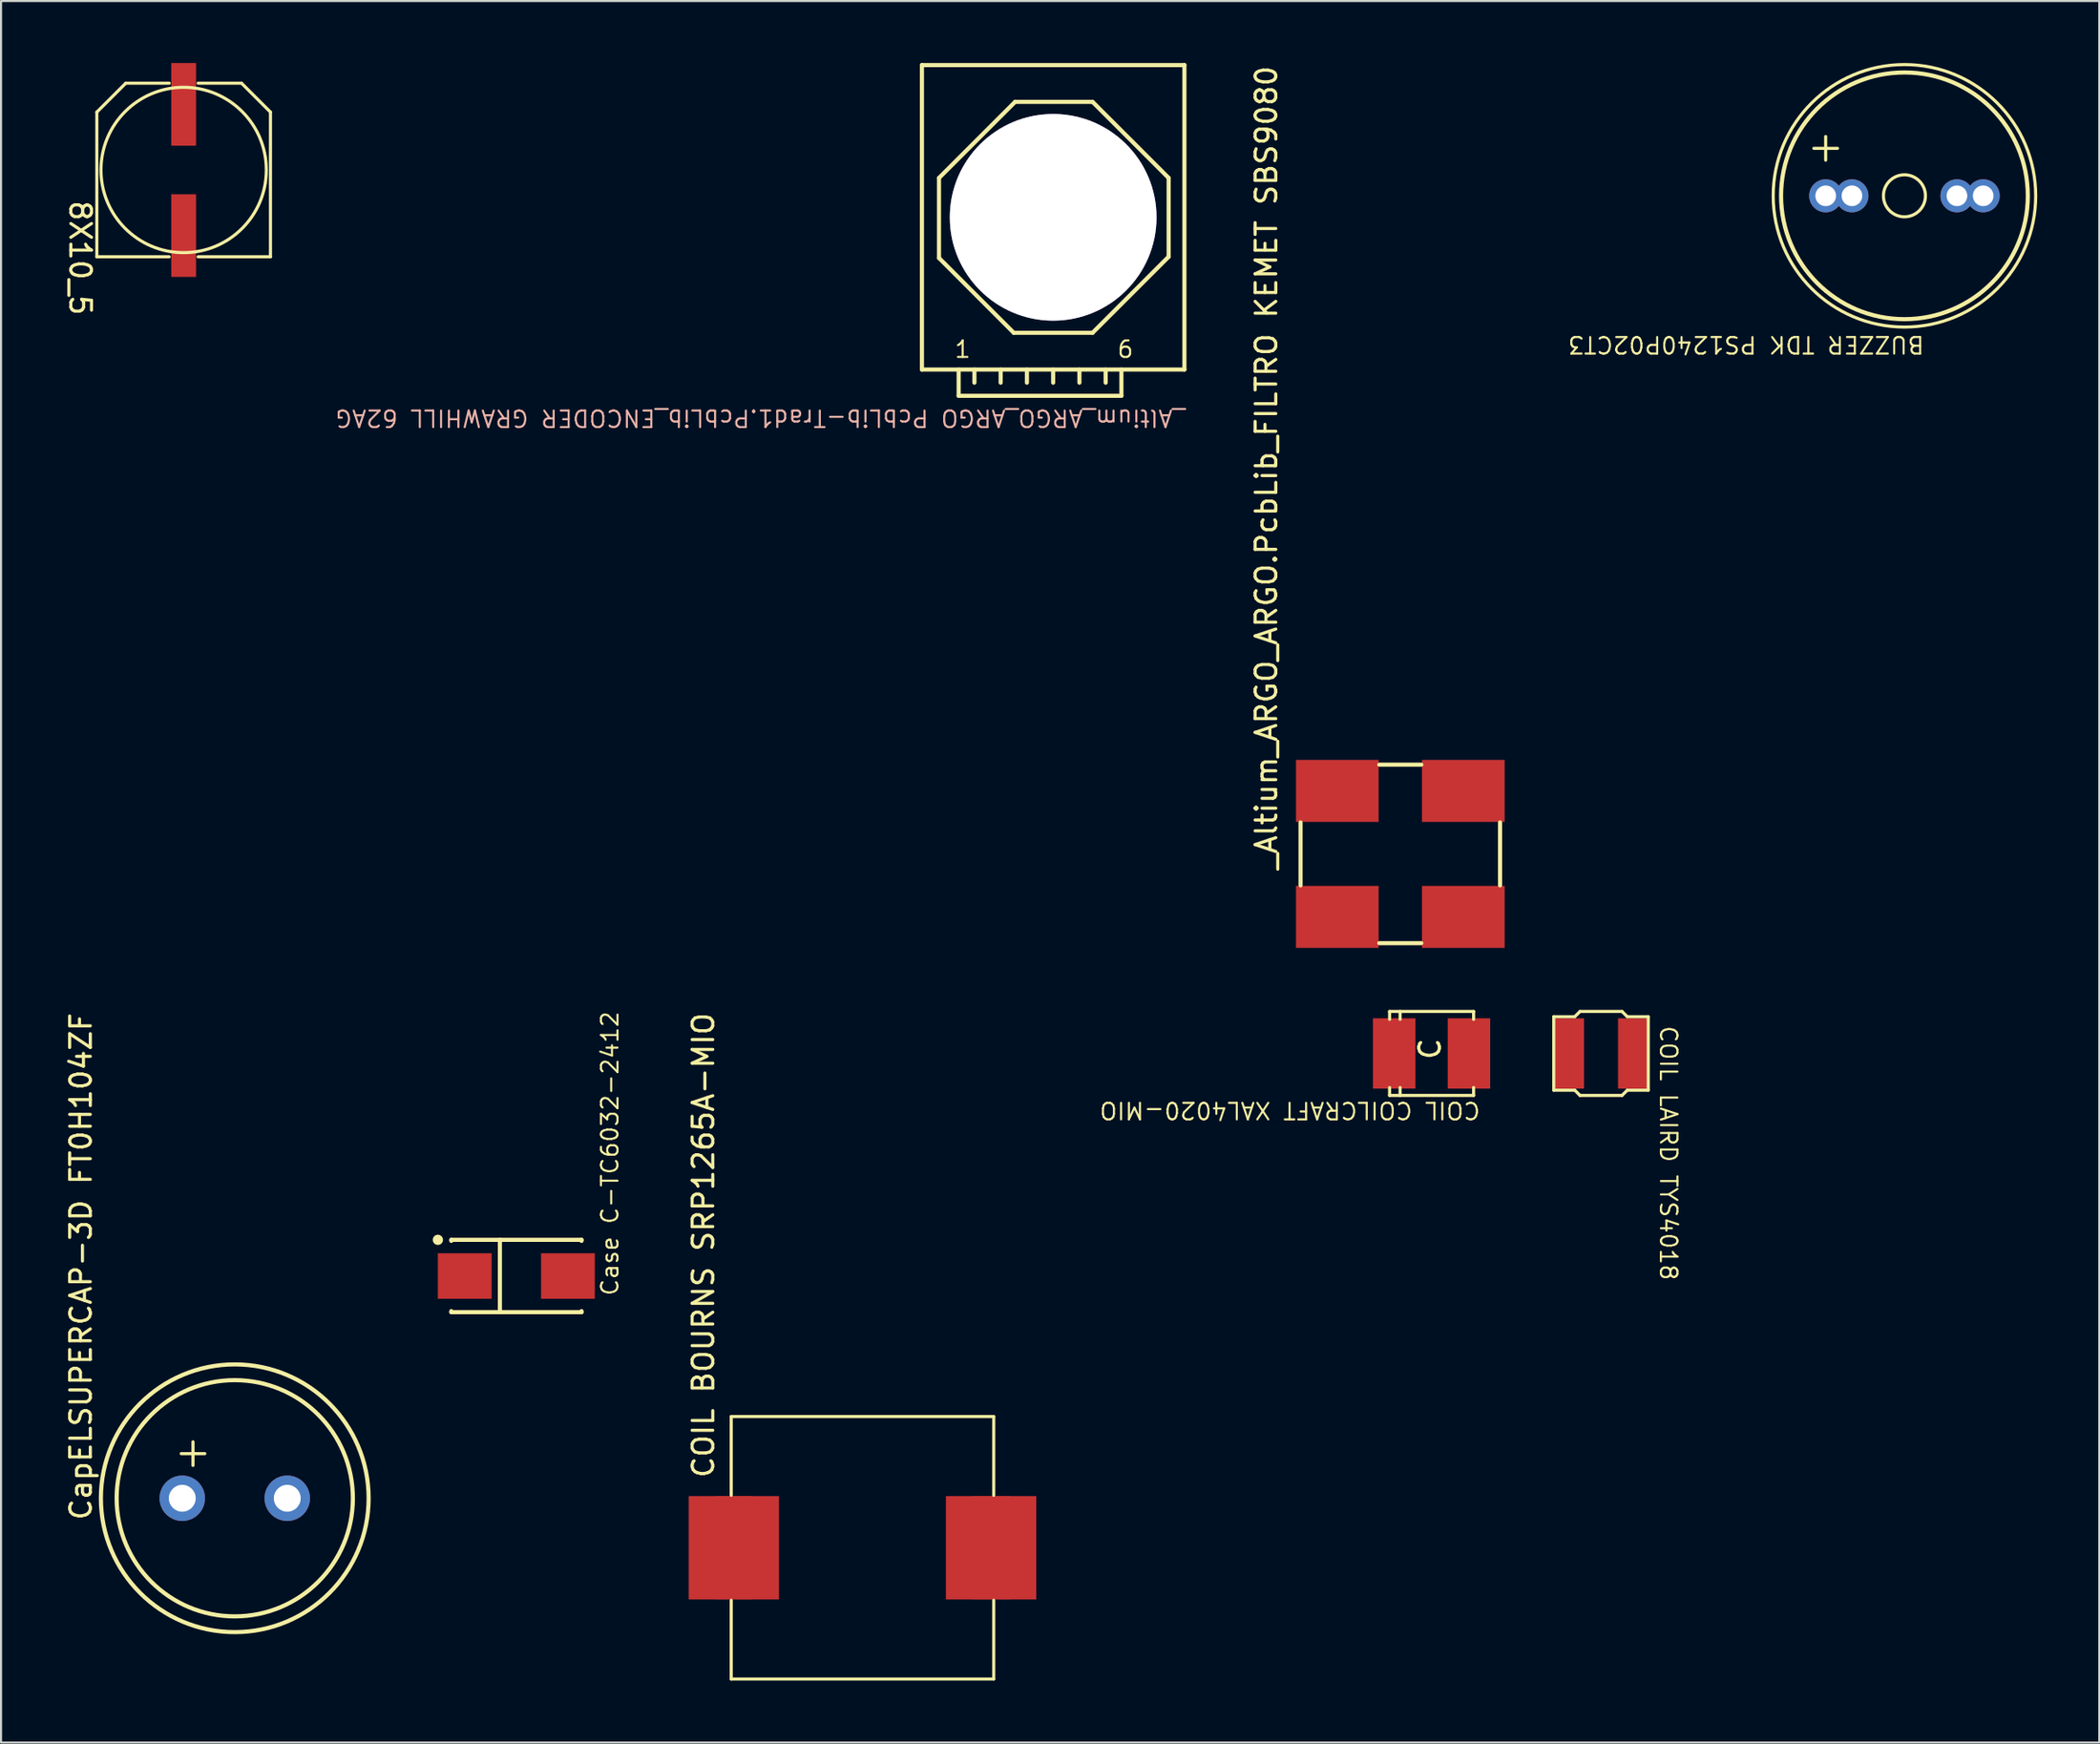
<source format=kicad_pcb>
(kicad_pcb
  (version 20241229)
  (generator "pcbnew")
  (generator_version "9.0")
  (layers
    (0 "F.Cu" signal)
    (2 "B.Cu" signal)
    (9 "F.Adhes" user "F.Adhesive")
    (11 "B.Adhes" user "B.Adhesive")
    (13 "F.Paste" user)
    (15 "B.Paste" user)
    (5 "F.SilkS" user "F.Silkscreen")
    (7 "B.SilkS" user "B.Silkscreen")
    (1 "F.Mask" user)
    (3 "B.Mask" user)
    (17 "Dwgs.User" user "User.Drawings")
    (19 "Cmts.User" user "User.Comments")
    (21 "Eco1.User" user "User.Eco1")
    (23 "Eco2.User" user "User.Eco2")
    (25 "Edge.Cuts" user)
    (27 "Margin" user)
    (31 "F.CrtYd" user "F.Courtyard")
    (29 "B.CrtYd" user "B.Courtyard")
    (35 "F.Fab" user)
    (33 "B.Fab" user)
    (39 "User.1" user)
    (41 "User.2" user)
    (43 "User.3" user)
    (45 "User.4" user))
  (footprint "_Altium_ARGO_ARGO.PcbLib_FILTRO KEMET SBS9080"
    (layer "F.Cu")
    (at 61.65 35.221)
    (property "Reference" "_Altium_ARGO_ARGO.PcbLib_FILTRO KEMET SBS9080" (at -2.846 3.886 90) (unlocked yes) (layer "F.SilkS") (effects (font (size 1 1) (thickness 0.15)) (justify left bottom)))
    (fp_line (start -1.778 4.572) (end -1.778 1.524) (stroke (width 0.2) (type solid)) (layer "F.SilkS"))
    (fp_line (start 4.064 -1.27) (end 2.032 -1.27) (stroke (width 0.2) (type solid)) (layer "F.SilkS"))
    (fp_line (start 4.064 7.366) (end 2.032 7.366) (stroke (width 0.2) (type solid)) (layer "F.SilkS"))
    (fp_line (start 7.874 4.572) (end 7.874 1.524) (stroke (width 0.2) (type solid)) (layer "F.SilkS"))
    (pad "1" smd rect (at 0 0) (size 4 3) (layers "F.Cu" "F.Mask" "F.Paste"))
    (pad "2" smd rect (at 6.096 0) (size 4 3) (layers "F.Cu" "F.Mask" "F.Paste"))
    (pad "3" smd rect (at 0 6.096) (size 4 3) (layers "F.Cu" "F.Mask" "F.Paste"))
    (pad "4" smd rect (at 6.096 6.096) (size 4 3) (layers "F.Cu" "F.Mask" "F.Paste")))
  (footprint "CapELSUPERCAP-3D FT0H104ZF"
    (layer "F.Cu")
    (at 5.768 69.448)
    (property "Reference" "CapELSUPERCAP-3D FT0H104ZF" (at -4.318 1.143 90) (unlocked yes) (layer "F.SilkS") (effects (font (size 1 1) (thickness 0.15)) (justify left bottom)))
    (fp_circle (center 2.54 0) (end -3.937 0) (stroke (width 0.2) (type solid)) (fill no) (layer "F.SilkS"))
    (fp_circle (center 2.54 0) (end -3.175 0) (stroke (width 0.2) (type solid)) (fill no) (layer "F.SilkS"))
    (fp_text user "+" (at -0.508 -1.397 0) (unlocked yes) (layer "F.SilkS") (effects (font (size 1.5 1.5) (thickness 0.15)) (justify left bottom)))
    (pad "1" thru_hole circle (at 0 0) (size 2.2 2.2) (drill 1.3) (layers "*.Cu" "*.Mask"))
    (pad "2" thru_hole circle (at 5.08 -0.00008) (size 2.2 2.2) (drill 1.3) (layers "*.Cu" "*.Mask")))
  (footprint "COIL LAIRD TYS4018"
    (layer "F.Cu")
    (at 72.885 47.924)
    (property "Reference" "COIL LAIRD TYS4018" (at 4.318 -1.397 270) (unlocked yes) (layer "F.SilkS") (effects (font (size 0.8 0.8) (thickness 0.1)) (justify left bottom)))
    (fp_line (start -0.762 -1.778) (end -0.762 1.778) (stroke (width 0.15) (type solid)) (layer "F.SilkS"))
    (fp_line (start 0.254 -1.778) (end -0.762 -1.778) (stroke (width 0.15) (type solid)) (layer "F.SilkS"))
    (fp_line (start 0.254 1.778) (end -0.762 1.778) (stroke (width 0.15) (type solid)) (layer "F.SilkS"))
    (fp_line (start 0.508 -2.032) (end 0.254 -1.778) (stroke (width 0.15) (type solid)) (layer "F.SilkS"))
    (fp_line (start 0.508 2.032) (end 0.254 1.778) (stroke (width 0.15) (type solid)) (layer "F.SilkS"))
    (fp_line (start 2.54 -2.032) (end 0.508 -2.032) (stroke (width 0.15) (type solid)) (layer "F.SilkS"))
    (fp_line (start 2.54 2.032) (end 0.508 2.032) (stroke (width 0.15) (type solid)) (layer "F.SilkS"))
    (fp_line (start 2.794 -1.778) (end 2.54 -2.032) (stroke (width 0.15) (type solid)) (layer "F.SilkS"))
    (fp_line (start 2.794 1.778) (end 2.54 2.032) (stroke (width 0.15) (type solid)) (layer "F.SilkS"))
    (fp_line (start 3.81 -1.778) (end 2.794 -1.778) (stroke (width 0.15) (type solid)) (layer "F.SilkS"))
    (fp_line (start 3.81 -1.778) (end 3.81 1.778) (stroke (width 0.15) (type solid)) (layer "F.SilkS"))
    (fp_line (start 3.81 1.778) (end 2.794 1.778) (stroke (width 0.15) (type solid)) (layer "F.SilkS"))
    (pad "1" smd rect (at 0 0 270) (size 3.4 1.4) (layers "F.Cu" "F.Mask" "F.Paste"))
    (pad "2" smd rect (at 3.048 0 270) (size 3.4 1.4) (layers "F.Cu" "F.Mask" "F.Paste")))
  (footprint "Case C-TC6032-2412"
    (layer "F.Cu")
    (at 19.435 58.693)
    (property "Reference" "Case C-TC6032-2412" (at 7.493 1.016 90) (unlocked yes) (layer "F.SilkS") (effects (font (size 0.8 0.8) (thickness 0.1)) (justify left bottom)))
    (fp_line (start -0.65 -1.75) (end 5.65 -1.75) (stroke (width 0.2) (type solid)) (layer "F.SilkS"))
    (fp_line (start -0.65 -1.7) (end -0.65 -1.75) (stroke (width 0.2) (type solid)) (layer "F.SilkS"))
    (fp_line (start -0.65 1.75) (end -0.65 1.7) (stroke (width 0.2) (type solid)) (layer "F.SilkS"))
    (fp_line (start -0.65 1.75) (end 5.65 1.75) (stroke (width 0.2) (type solid)) (layer "F.SilkS"))
    (fp_line (start 1.7 1.75) (end 1.7 -1.75) (stroke (width 0.2) (type solid)) (layer "F.SilkS"))
    (fp_line (start 5.65 -1.7) (end 5.65 -1.75) (stroke (width 0.2) (type solid)) (layer "F.SilkS"))
    (fp_line (start 5.65 1.75) (end 5.65 1.7) (stroke (width 0.2) (type solid)) (layer "F.SilkS"))
    (fp_circle (center -1.3 -1.75) (end -1.3 -1.875) (stroke (width 0.25) (type solid)) (fill no) (layer "F.SilkS"))
    (pad "1" smd rect (at 0 0) (size 2.6 2.2) (layers "F.Cu" "F.Mask" "F.Paste"))
    (pad "2" smd rect (at 4.993 0) (size 2.6 2.2) (layers "F.Cu" "F.Mask" "F.Paste")))
  (footprint "COIL COILCRAFT XAL4020-MIO"
    (layer "F.Cu")
    (at 64.942 47.924)
    (property "Reference" "COIL COILCRAFT XAL4020-MIO" (at 3.683 2.286 180) (unlocked yes) (layer "F.SilkS") (effects (font (size 0.8 0.8) (thickness 0.1)) (justify left bottom)))
    (fp_line (start -0.762 -1.651) (end -0.762 -2.032) (stroke (width 0.15) (type solid)) (layer "F.SilkS"))
    (fp_line (start -0.762 2.032) (end -0.762 1.651) (stroke (width 0.15) (type solid)) (layer "F.SilkS"))
    (fp_line (start -0.254 -1.651) (end -0.254 -2.032) (stroke (width 0.15) (type solid)) (layer "F.SilkS"))
    (fp_line (start -0.254 2.032) (end -0.254 1.651) (stroke (width 0.15) (type solid)) (layer "F.SilkS"))
    (fp_line (start 3.302 -2.032) (end -0.762 -2.032) (stroke (width 0.15) (type solid)) (layer "F.SilkS"))
    (fp_line (start 3.302 -1.651) (end 3.302 -2.032) (stroke (width 0.15) (type solid)) (layer "F.SilkS"))
    (fp_line (start 3.302 2.032) (end -0.762 2.032) (stroke (width 0.15) (type solid)) (layer "F.SilkS"))
    (fp_line (start 3.302 2.032) (end 3.302 1.651) (stroke (width 0.15) (type solid)) (layer "F.SilkS"))
    (fp_text user "C" (at 1.778 0.381 90) (unlocked yes) (layer "F.SilkS") (effects (font (size 1 1) (thickness 0.15)) (justify left bottom)))
    (pad "1" smd rect (at -1.016 0 90) (size 3.4 1.1) (layers "F.Cu" "F.Mask" "F.Paste"))
    (pad "1" smd rect (at 0 0 90) (size 3.4 0.98) (layers "F.Cu" "F.Mask" "F.Paste"))
    (pad "2" smd rect (at 2.54 0 90) (size 3.4 0.98) (layers "F.Cu" "F.Mask" "F.Paste"))
    (pad "2" smd rect (at 3.556 0 90) (size 3.4 1.1) (layers "F.Cu" "F.Mask" "F.Paste")))
  (footprint "COIL BOURNS SRP1265A-MIO"
    (layer "F.Cu")
    (at 33.089 71.845)
    (property "Reference" "COIL BOURNS SRP1265A-MIO" (at -1.524 -3.302 90) (unlocked yes) (layer "F.SilkS") (effects (font (size 1 1) (thickness 0.15)) (justify left bottom)))
    (fp_line (start -0.762 -2.54) (end -0.762 -6.35) (stroke (width 0.15) (type solid)) (layer "F.SilkS"))
    (fp_line (start -0.762 6.35) (end -0.762 2.54) (stroke (width 0.15) (type solid)) (layer "F.SilkS"))
    (fp_line (start 11.938 -6.35) (end -0.762 -6.35) (stroke (width 0.15) (type solid)) (layer "F.SilkS"))
    (fp_line (start 11.938 -2.54) (end 11.938 -6.35) (stroke (width 0.15) (type solid)) (layer "F.SilkS"))
    (fp_line (start 11.938 6.35) (end -0.762 6.35) (stroke (width 0.15) (type solid)) (layer "F.SilkS"))
    (fp_line (start 11.938 6.35) (end 11.938 2.54) (stroke (width 0.15) (type solid)) (layer "F.SilkS"))
    (pad "1" smd rect (at -1.27 0) (size 3.1 5) (layers "F.Cu" "F.Mask" "F.Paste"))
    (pad "1" smd rect (at 0 0) (size 3.1 5) (layers "F.Cu" "F.Mask" "F.Paste"))
    (pad "2" smd rect (at 11.176 0) (size 3.1 5) (layers "F.Cu" "F.Mask" "F.Paste"))
    (pad "2" smd rect (at 12.446 0) (size 3.1 5) (layers "F.Cu" "F.Mask" "F.Paste")))
  (footprint "_Altium_ARGO_ARGO PcbLib-Trad1.PcbLib_ENCODER GRAWHILL 62AG"
    (layer "F.Cu")
    (at 47.903 7.466)
    (property "Reference" "_Altium_ARGO_ARGO PcbLib-Trad1.PcbLib_ENCODER GRAWHILL 62AG" (at 6.452 9.246 180) (unlocked yes) (layer "B.SilkS") (effects (font (size 0.8 0.8) (thickness 0.1)) (justify left bottom)))
    (fp_line (start -6.35 -7.366) (end -6.35 7.366) (stroke (width 0.2) (type solid)) (layer "F.SilkS"))
    (fp_line (start -5.524 -1.905) (end -5.524 1.968) (stroke (width 0.2) (type solid)) (layer "F.SilkS"))
    (fp_line (start -4.572 7.366) (end -4.572 8.636) (stroke (width 0.2) (type solid)) (layer "F.SilkS"))
    (fp_line (start -3.81 7.366) (end -3.81 8.001) (stroke (width 0.2) (type solid)) (layer "F.SilkS"))
    (fp_line (start -2.54 7.366) (end -2.54 8.001) (stroke (width 0.2) (type solid)) (layer "F.SilkS"))
    (fp_line (start -1.905 5.588) (end -5.524 1.968) (stroke (width 0.2) (type solid)) (layer "F.SilkS"))
    (fp_line (start -1.841 -5.588) (end -5.524 -1.905) (stroke (width 0.2) (type solid)) (layer "F.SilkS"))
    (fp_line (start -1.27 7.366) (end -1.27 8.001) (stroke (width 0.2) (type solid)) (layer "F.SilkS"))
    (fp_line (start 0 7.366) (end 0 8.001) (stroke (width 0.2) (type solid)) (layer "F.SilkS"))
    (fp_line (start 1.27 7.366) (end 1.27 8.001) (stroke (width 0.2) (type solid)) (layer "F.SilkS"))
    (fp_line (start 1.905 -5.588) (end -1.841 -5.588) (stroke (width 0.2) (type solid)) (layer "F.SilkS"))
    (fp_line (start 1.905 -2.794) (end -1.905 -2.794) (stroke (width 0.2) (type solid)) (layer "F.SilkS"))
    (fp_line (start 1.905 5.588) (end -1.905 5.588) (stroke (width 0.2) (type solid)) (layer "F.SilkS"))
    (fp_line (start 2.54 7.366) (end 2.54 8.001) (stroke (width 0.2) (type solid)) (layer "F.SilkS"))
    (fp_line (start 3.302 7.366) (end 3.302 8.636) (stroke (width 0.2) (type solid)) (layer "F.SilkS"))
    (fp_line (start 3.302 8.636) (end -4.572 8.636) (stroke (width 0.2) (type solid)) (layer "F.SilkS"))
    (fp_line (start 5.588 -1.905) (end 1.905 -5.588) (stroke (width 0.2) (type solid)) (layer "F.SilkS"))
    (fp_line (start 5.588 -1.905) (end 5.588 1.905) (stroke (width 0.2) (type solid)) (layer "F.SilkS"))
    (fp_line (start 5.588 1.905) (end 1.905 5.588) (stroke (width 0.2) (type solid)) (layer "F.SilkS"))
    (fp_line (start 6.35 -7.366) (end -6.35 -7.366) (stroke (width 0.2) (type solid)) (layer "F.SilkS"))
    (fp_line (start 6.35 -7.366) (end 6.35 7.366) (stroke (width 0.2) (type solid)) (layer "F.SilkS"))
    (fp_line (start 6.35 7.366) (end -6.35 7.366) (stroke (width 0.2) (type solid)) (layer "F.SilkS"))
    (fp_arc (start 1.905 -2.794) (mid 0 2.921) (end -1.905 -2.794) (stroke (width 0.2) (type solid)) (layer "F.SilkS"))
    (fp_circle (center 0 -0.127) (end 0 4.572) (stroke (width 0.2) (type solid)) (fill no) (layer "F.SilkS"))
    (fp_line (start 0 -1.524) (end 0 1.016) (stroke (width 0.2) (type solid)) (layer "User.6"))
    (fp_line (start 1.27 0) (end -1.27 0) (stroke (width 0.2) (type solid)) (layer "User.6"))
    (fp_text user "6" (at 3.048 6.858 0) (unlocked yes) (layer "F.SilkS") (effects (font (size 0.8 0.8) (thickness 0.1)) (justify left bottom)))
    (fp_text user "1" (at -4.826 6.858 0) (unlocked yes) (layer "F.SilkS") (effects (font (size 0.8 0.8) (thickness 0.1)) (justify left bottom)))
    (pad "0" thru_hole circle (at 0 0 90) (size 10 10) (drill 10) (layers "*.Cu" "*.Mask")))
  (footprint "8X10_5"
    (layer "F.Cu")
    (at 5.835 2)
    (property "Reference" "8X10_5" (at -5.588 4.572 270) (unlocked yes) (layer "F.SilkS") (effects (font (size 1 1) (thickness 0.15)) (justify left bottom)))
    (fp_line (start -4.2 0.375) (end -4.2 7.375) (stroke (width 0.15) (type solid)) (layer "F.SilkS"))
    (fp_line (start -2.8 -1.025) (end -4.2 0.375) (stroke (width 0.15) (type solid)) (layer "F.SilkS"))
    (fp_line (start -0.7 -1.025) (end -2.8 -1.025) (stroke (width 0.15) (type solid)) (layer "F.SilkS"))
    (fp_line (start -0.7 7.375) (end -4.2 7.375) (stroke (width 0.15) (type solid)) (layer "F.SilkS"))
    (fp_line (start 2.8 -1.025) (end 0.7 -1.025) (stroke (width 0.15) (type solid)) (layer "F.SilkS"))
    (fp_line (start 4.2 0.375) (end 2.8 -1.025) (stroke (width 0.15) (type solid)) (layer "F.SilkS"))
    (fp_line (start 4.2 0.375) (end 4.2 7.375) (stroke (width 0.15) (type solid)) (layer "F.SilkS"))
    (fp_line (start 4.2 7.375) (end 0.7 7.375) (stroke (width 0.15) (type solid)) (layer "F.SilkS"))
    (fp_circle (center 0 3.175) (end 0 7.175) (stroke (width 0.15) (type solid)) (fill no) (layer "F.SilkS"))
    (pad "1" smd rect (at 0 0) (size 1.2 4) (layers "F.Cu" "F.Mask" "F.Paste"))
    (pad "2" smd rect (at 0 6.35) (size 1.2 4) (layers "F.Cu" "F.Mask" "F.Paste")))
  (footprint "BUZZER TDK PS1240P02CT3"
    (layer "F.Cu")
    (at 85.279 6.425)
    (property "Reference" "BUZZER TDK PS1240P02CT3" (at 4.826 6.731 180) (unlocked yes) (layer "F.SilkS") (effects (font (size 0.8 0.8) (thickness 0.1)) (justify left bottom)))
    (fp_circle (center 3.81 0) (end -2.54 0) (stroke (width 0.15) (type solid)) (fill no) (layer "F.SilkS"))
    (fp_circle (center 3.81 0) (end -2.159 0) (stroke (width 0.2) (type solid)) (fill no) (layer "F.SilkS"))
    (fp_circle (center 3.81 0) (end 2.794 0) (stroke (width 0.15) (type solid)) (fill no) (layer "F.SilkS"))
    (fp_text user "+" (at 0.762 -1.27 90) (unlocked yes) (layer "F.SilkS") (effects (font (size 1.5 1.5) (thickness 0.15)) (justify left bottom)))
    (pad "1" thru_hole circle (at 0 0) (size 1.6 1.6) (drill 1) (layers "*.Cu" "*.Mask"))
    (pad "1" thru_hole circle (at 1.27 0) (size 1.6 1.6) (drill 1) (layers "*.Cu" "*.Mask"))
    (pad "2" thru_hole circle (at 6.35 0) (size 1.6 1.6) (drill 1) (layers "*.Cu" "*.Mask"))
    (pad "2" thru_hole circle (at 7.62 0) (size 1.6 1.6) (drill 1) (layers "*.Cu" "*.Mask")))
  (gr_rect
    (start -3 -3)
    (end 98.514 81.27)
    (stroke (width 0.1) (type default))
    (fill no)
    (layer "Edge.Cuts")))
</source>
